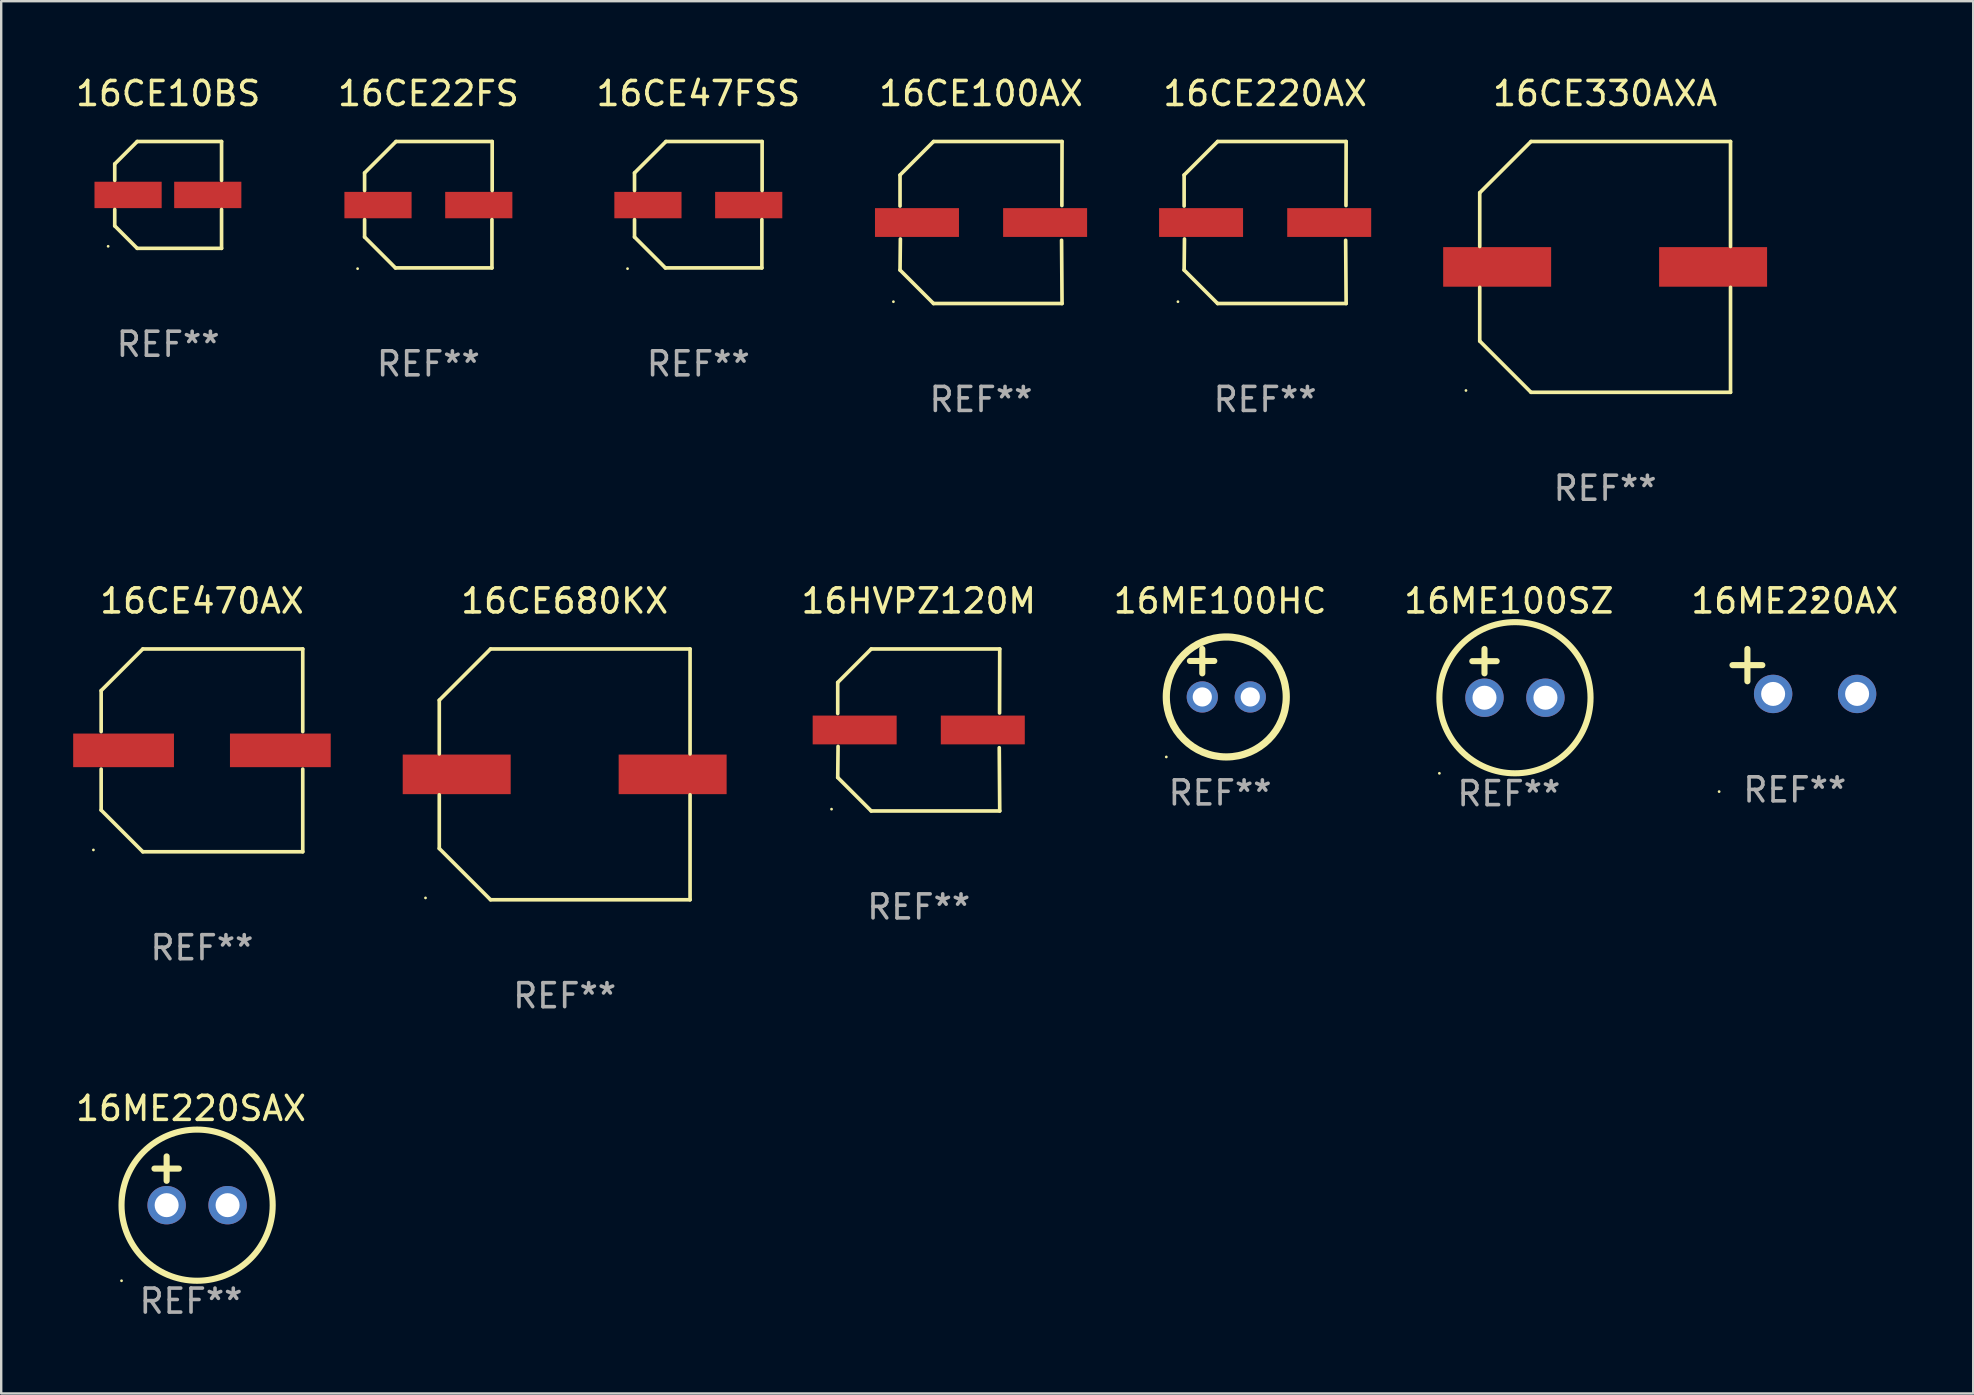
<source format=kicad_pcb>
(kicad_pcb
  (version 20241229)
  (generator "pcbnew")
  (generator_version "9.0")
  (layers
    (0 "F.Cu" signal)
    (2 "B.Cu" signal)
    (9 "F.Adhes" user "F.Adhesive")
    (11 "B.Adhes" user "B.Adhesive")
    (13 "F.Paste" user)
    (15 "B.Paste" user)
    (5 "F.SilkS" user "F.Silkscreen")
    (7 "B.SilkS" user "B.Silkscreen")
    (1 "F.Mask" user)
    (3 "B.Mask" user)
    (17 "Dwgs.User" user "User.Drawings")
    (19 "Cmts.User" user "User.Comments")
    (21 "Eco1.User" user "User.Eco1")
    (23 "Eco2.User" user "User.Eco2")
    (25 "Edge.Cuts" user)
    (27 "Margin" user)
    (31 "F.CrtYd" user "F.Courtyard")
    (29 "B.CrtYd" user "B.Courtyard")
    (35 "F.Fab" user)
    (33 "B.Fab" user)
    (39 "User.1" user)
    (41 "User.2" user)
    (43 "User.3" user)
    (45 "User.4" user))
  (footprint "16CE470AX"
    (layer "F.Cu")
    (at 5.367 28.223)
    (property "Reference" "16CE470AX" (at 0 -6.226 0) (layer "F.SilkS") (effects (font (size 1 1) (thickness 0.15))))
    (attr through_hole)
    (fp_line (start -4.201 -2.49) (end -4.201 -0.782) (stroke (width 0.152) (type solid)) (layer "F.SilkS"))
    (fp_line (start -4.201 2.49) (end -4.201 0.782) (stroke (width 0.152) (type solid)) (layer "F.SilkS"))
    (fp_line (start -2.465 -4.226) (end -4.201 -2.49) (stroke (width 0.152) (type solid)) (layer "F.SilkS"))
    (fp_line (start -2.465 4.226) (end -4.201 2.49) (stroke (width 0.152) (type solid)) (layer "F.SilkS"))
    (fp_line (start 4.201 -4.226) (end -2.465 -4.226) (stroke (width 0.152) (type solid)) (layer "F.SilkS"))
    (fp_line (start 4.201 -0.782) (end 4.201 -4.226) (stroke (width 0.152) (type solid)) (layer "F.SilkS"))
    (fp_line (start 4.201 0.782) (end 4.201 4.226) (stroke (width 0.152) (type solid)) (layer "F.SilkS"))
    (fp_line (start 4.201 4.226) (end -2.465 4.226) (stroke (width 0.152) (type solid)) (layer "F.SilkS"))
    (fp_circle (center -4.524 4.15) (end -4.494 4.15) (stroke (width 0.06) (type solid)) (fill no) (layer "F.SilkS"))
    (fp_text user "REF**" (at 0 8.226 0) (layer "F.Fab") (effects (font (size 1 1) (thickness 0.15))))
    (pad "1" smd rect (at -3.267 0) (size 4.2 1.4) (layers "F.Cu" "F.Mask" "F.Paste"))
    (pad "2" smd rect (at 3.267 0) (size 4.2 1.4) (layers "F.Cu" "F.Mask" "F.Paste")))
  (footprint "16ME220AX"
    (layer "F.Cu")
    (at 71.752 24.934)
    (property "Reference" "16ME220AX" (at 0 -2.937 0) (layer "F.SilkS") (effects (font (size 1 1) (thickness 0.15))))
    (attr through_hole)
    (fp_line (start -1.975 0.41) (end -1.975 -0.937) (stroke (width 0.254) (type solid)) (layer "F.SilkS"))
    (fp_line (start -1.353 -0.263) (end -2.597 -0.263) (stroke (width 0.254) (type solid)) (layer "F.SilkS"))
    (fp_arc (start 0.849809 -3.063957) (mid 0.885369 -3.064114) (end 0.920929 -3.063957) (stroke (width 0.254001) (type solid)) (layer "F.SilkS"))
    (fp_circle (center -3.154 5.008) (end -3.124 5.008) (stroke (width 0.06) (type solid)) (fill no) (layer "F.SilkS"))
    (fp_text user "REF**" (at 0 4.937 0) (layer "F.Fab") (effects (font (size 1 1) (thickness 0.15))))
    (pad "1" thru_hole circle (at -0.903 0.937) (size 1.6 1.6) (drill 1) (layers "*.Cu" "*.Mask"))
    (pad "2" thru_hole circle (at 2.597 0.937) (size 1.6 1.6) (drill 1) (layers "*.Cu" "*.Mask")))
  (footprint "16CE220AX"
    (layer "F.Cu")
    (at 49.677 6.224)
    (property "Reference" "16CE220AX" (at 0 -5.376 0) (layer "F.SilkS") (effects (font (size 1 1) (thickness 0.15))))
    (attr through_hole)
    (fp_line (start -3.376 -1.98) (end -3.376 -0.686) (stroke (width 0.152) (type solid)) (layer "F.SilkS"))
    (fp_line (start -3.376 1.981) (end -3.362 0.686) (stroke (width 0.152) (type solid)) (layer "F.SilkS"))
    (fp_line (start -1.981 3.376) (end -3.376 1.981) (stroke (width 0.152) (type solid)) (layer "F.SilkS"))
    (fp_line (start -1.98 -3.376) (end -3.376 -1.98) (stroke (width 0.152) (type solid)) (layer "F.SilkS"))
    (fp_line (start 3.356 0.74) (end 3.376 3.376) (stroke (width 0.152) (type solid)) (layer "F.SilkS"))
    (fp_line (start 3.369 -0.707) (end 3.376 -3.376) (stroke (width 0.152) (type solid)) (layer "F.SilkS"))
    (fp_line (start 3.376 3.376) (end -1.981 3.376) (stroke (width 0.152) (type solid)) (layer "F.SilkS"))
    (fp_line (start 3.376 -3.376) (end -1.98 -3.376) (stroke (width 0.152) (type solid)) (layer "F.SilkS"))
    (fp_circle (center -3.634 3.3) (end -3.604 3.3) (stroke (width 0.06) (type solid)) (fill no) (layer "F.SilkS"))
    (fp_text user "REF**" (at 0 7.376 0) (layer "F.Fab") (effects (font (size 1 1) (thickness 0.15))))
    (pad "1" smd rect (at -2.67 0.000254) (size 3.5 1.2) (layers "F.Cu" "F.Mask" "F.Paste"))
    (pad "2" smd rect (at 2.67 0.000254) (size 3.5 1.2) (layers "F.Cu" "F.Mask" "F.Paste")))
  (footprint "16CE10BS"
    (layer "F.Cu")
    (at 3.958 5.074)
    (property "Reference" "16CE10BS" (at 0 -4.226 0) (layer "F.SilkS") (effects (font (size 1 1) (thickness 0.15))))
    (attr through_hole)
    (fp_line (start -2.226 -1.29) (end -2.226 -0.607) (stroke (width 0.152) (type solid)) (layer "F.SilkS"))
    (fp_line (start -2.226 1.29) (end -2.226 0.607) (stroke (width 0.152) (type solid)) (layer "F.SilkS"))
    (fp_line (start -1.29 -2.226) (end -2.226 -1.29) (stroke (width 0.152) (type solid)) (layer "F.SilkS"))
    (fp_line (start -1.29 2.226) (end -2.226 1.29) (stroke (width 0.152) (type solid)) (layer "F.SilkS"))
    (fp_line (start 2.226 -2.226) (end -1.29 -2.226) (stroke (width 0.152) (type solid)) (layer "F.SilkS"))
    (fp_line (start 2.226 -0.607) (end 2.226 -2.226) (stroke (width 0.152) (type solid)) (layer "F.SilkS"))
    (fp_line (start 2.226 0.607) (end 2.226 2.226) (stroke (width 0.152) (type solid)) (layer "F.SilkS"))
    (fp_line (start 2.226 2.226) (end -1.29 2.226) (stroke (width 0.152) (type solid)) (layer "F.SilkS"))
    (fp_circle (center -2.501 2.141) (end -2.471 2.141) (stroke (width 0.06) (type solid)) (fill no) (layer "F.SilkS"))
    (fp_text user "REF**" (at 0 6.226 0) (layer "F.Fab") (effects (font (size 1 1) (thickness 0.15))))
    (pad "1" smd rect (at -1.67 -0.000025) (size 2.8 1.1) (layers "F.Cu" "F.Mask" "F.Paste"))
    (pad "2" smd rect (at 1.651 -0.000025) (size 2.8 1.1) (layers "F.Cu" "F.Mask" "F.Paste")))
  (footprint "16CE100AX"
    (layer "F.Cu")
    (at 37.837 6.224)
    (property "Reference" "16CE100AX" (at 0 -5.376 0) (layer "F.SilkS") (effects (font (size 1 1) (thickness 0.15))))
    (attr through_hole)
    (fp_line (start -3.376 -1.98) (end -3.376 -0.686) (stroke (width 0.152) (type solid)) (layer "F.SilkS"))
    (fp_line (start -3.376 1.981) (end -3.362 0.686) (stroke (width 0.152) (type solid)) (layer "F.SilkS"))
    (fp_line (start -1.981 3.376) (end -3.376 1.981) (stroke (width 0.152) (type solid)) (layer "F.SilkS"))
    (fp_line (start -1.98 -3.376) (end -3.376 -1.98) (stroke (width 0.152) (type solid)) (layer "F.SilkS"))
    (fp_line (start 3.356 0.74) (end 3.376 3.376) (stroke (width 0.152) (type solid)) (layer "F.SilkS"))
    (fp_line (start 3.369 -0.707) (end 3.376 -3.376) (stroke (width 0.152) (type solid)) (layer "F.SilkS"))
    (fp_line (start 3.376 3.376) (end -1.981 3.376) (stroke (width 0.152) (type solid)) (layer "F.SilkS"))
    (fp_line (start 3.376 -3.376) (end -1.98 -3.376) (stroke (width 0.152) (type solid)) (layer "F.SilkS"))
    (fp_circle (center -3.652 3.3) (end -3.622 3.3) (stroke (width 0.06) (type solid)) (fill no) (layer "F.SilkS"))
    (fp_text user "REF**" (at 0 7.376 0) (layer "F.Fab") (effects (font (size 1 1) (thickness 0.15))))
    (pad "1" smd rect (at -2.67 0.000229) (size 3.5 1.2) (layers "F.Cu" "F.Mask" "F.Paste"))
    (pad "2" smd rect (at 2.67 0.000229) (size 3.5 1.2) (layers "F.Cu" "F.Mask" "F.Paste")))
  (footprint "16HVPZ120M"
    (layer "F.Cu")
    (at 35.24 27.373)
    (property "Reference" "16HVPZ120M" (at 0 -5.376 0) (layer "F.SilkS") (effects (font (size 1 1) (thickness 0.15))))
    (attr through_hole)
    (fp_line (start -3.376 -1.98) (end -3.376 -0.686) (stroke (width 0.152) (type solid)) (layer "F.SilkS"))
    (fp_line (start -3.376 1.981) (end -3.362 0.686) (stroke (width 0.152) (type solid)) (layer "F.SilkS"))
    (fp_line (start -1.981 3.376) (end -3.376 1.981) (stroke (width 0.152) (type solid)) (layer "F.SilkS"))
    (fp_line (start -1.98 -3.376) (end -3.376 -1.98) (stroke (width 0.152) (type solid)) (layer "F.SilkS"))
    (fp_line (start 3.356 0.74) (end 3.376 3.376) (stroke (width 0.152) (type solid)) (layer "F.SilkS"))
    (fp_line (start 3.369 -0.707) (end 3.376 -3.376) (stroke (width 0.152) (type solid)) (layer "F.SilkS"))
    (fp_line (start 3.376 3.376) (end -1.981 3.376) (stroke (width 0.152) (type solid)) (layer "F.SilkS"))
    (fp_line (start 3.376 -3.376) (end -1.98 -3.376) (stroke (width 0.152) (type solid)) (layer "F.SilkS"))
    (fp_circle (center -3.634 3.3) (end -3.604 3.3) (stroke (width 0.06) (type solid)) (fill no) (layer "F.SilkS"))
    (fp_text user "REF**" (at 0 7.376 0) (layer "F.Fab") (effects (font (size 1 1) (thickness 0.15))))
    (pad "1" smd rect (at -2.67 0.000254) (size 3.5 1.2) (layers "F.Cu" "F.Mask" "F.Paste"))
    (pad "2" smd rect (at 2.67 0.000254) (size 3.5 1.2) (layers "F.Cu" "F.Mask" "F.Paste")))
  (footprint "16ME220SAX"
    (layer "F.Cu")
    (at 4.911 46.162)
    (property "Reference" "16ME220SAX" (at 0 -3.016 0) (layer "F.SilkS") (effects (font (size 1 1) (thickness 0.15))))
    (attr through_hole)
    (fp_line (start -1.524 -0.508) (end -0.508 -0.508) (stroke (width 0.254) (type solid)) (layer "F.SilkS"))
    (fp_line (start -1.016 -1.016) (end -1.016 0) (stroke (width 0.254) (type solid)) (layer "F.SilkS"))
    (fp_circle (center -2.896 4.166) (end -2.866 4.166) (stroke (width 0.06) (type solid)) (fill no) (layer "F.SilkS"))
    (fp_circle (center 0.254 1.016) (end 3.404 1.016) (stroke (width 0.254) (type solid)) (fill no) (layer "F.SilkS"))
    (fp_text user "REF**" (at 0 5.016 0) (layer "F.Fab") (effects (font (size 1 1) (thickness 0.15))))
    (pad "1" thru_hole circle (at -1.016 1.016) (size 1.6 1.6) (drill 1) (layers "*.Cu" "*.Mask"))
    (pad "2" thru_hole circle (at 1.524 1.016) (size 1.6 1.6) (drill 1) (layers "*.Cu" "*.Mask")))
  (footprint "16CE47FSS"
    (layer "F.Cu")
    (at 26.054 5.482)
    (property "Reference" "16CE47FSS" (at 0 -4.634 0) (layer "F.SilkS") (effects (font (size 1 1) (thickness 0.15))))
    (attr through_hole)
    (fp_line (start -2.659 -1.326) (end -2.659 -0.592) (stroke (width 0.152) (type solid)) (layer "F.SilkS"))
    (fp_line (start -2.659 1.346) (end -2.659 0.622) (stroke (width 0.152) (type solid)) (layer "F.SilkS"))
    (fp_line (start -1.372 2.634) (end -2.659 1.346) (stroke (width 0.152) (type solid)) (layer "F.SilkS"))
    (fp_line (start -1.349 -2.634) (end -2.659 -1.326) (stroke (width 0.152) (type solid)) (layer "F.SilkS"))
    (fp_line (start 2.649 0.622) (end 2.649 2.634) (stroke (width 0.152) (type solid)) (layer "F.SilkS"))
    (fp_line (start 2.649 2.634) (end -1.372 2.634) (stroke (width 0.152) (type solid)) (layer "F.SilkS"))
    (fp_line (start 2.659 -2.634) (end -1.349 -2.634) (stroke (width 0.152) (type solid)) (layer "F.SilkS"))
    (fp_line (start 2.659 -0.592) (end 2.659 -2.634) (stroke (width 0.152) (type solid)) (layer "F.SilkS"))
    (fp_circle (center -2.95 2.665) (end -2.92 2.665) (stroke (width 0.06) (type solid)) (fill no) (layer "F.SilkS"))
    (fp_text user "REF**" (at 0 6.634 0) (layer "F.Fab") (effects (font (size 1 1) (thickness 0.15))))
    (pad "1" smd rect (at -2.1 0.015) (size 2.8 1.1) (layers "F.Cu" "F.Mask" "F.Paste"))
    (pad "2" smd rect (at 2.1 0.015) (size 2.8 1.1) (layers "F.Cu" "F.Mask" "F.Paste")))
  (footprint "16ME100HC"
    (layer "F.Cu")
    (at 47.8 24.997)
    (property "Reference" "16ME100HC" (at 0 -3 0) (layer "F.SilkS") (effects (font (size 1 1) (thickness 0.15))))
    (attr through_hole)
    (fp_line (start -1.258 -0.5) (end -0.242 -0.5) (stroke (width 0.254) (type solid)) (layer "F.SilkS"))
    (fp_line (start -0.742 -1) (end -0.742 0.016) (stroke (width 0.254) (type solid)) (layer "F.SilkS"))
    (fp_circle (center -2.242 3.5) (end -2.212 3.5) (stroke (width 0.06) (type solid)) (fill no) (layer "F.SilkS"))
    (fp_circle (center 0.258 1) (end 2.758 1) (stroke (width 0.3) (type solid)) (fill no) (layer "F.SilkS"))
    (fp_text user "REF**" (at 0 5 0) (layer "F.Fab") (effects (font (size 1 1) (thickness 0.15))))
    (pad "1" thru_hole circle (at -0.742 1) (size 1.3 1.3) (drill 0.8) (layers "*.Cu" "*.Mask"))
    (pad "2" thru_hole circle (at 1.258 1) (size 1.3 1.3) (drill 0.8) (layers "*.Cu" "*.Mask")))
  (footprint "16CE330AXA"
    (layer "F.Cu")
    (at 63.847 8.074)
    (property "Reference" "16CE330AXA" (at 0 -7.226 0) (layer "F.SilkS") (effects (font (size 1 1) (thickness 0.15))))
    (attr through_hole)
    (fp_line (start -5.226 -3.09) (end -5.226 -0.852) (stroke (width 0.152) (type solid)) (layer "F.SilkS"))
    (fp_line (start -5.226 3.09) (end -5.226 0.852) (stroke (width 0.152) (type solid)) (layer "F.SilkS"))
    (fp_line (start -3.09 -5.226) (end -5.226 -3.09) (stroke (width 0.152) (type solid)) (layer "F.SilkS"))
    (fp_line (start -3.09 5.226) (end -5.226 3.09) (stroke (width 0.152) (type solid)) (layer "F.SilkS"))
    (fp_line (start 5.226 -5.226) (end -3.09 -5.226) (stroke (width 0.152) (type solid)) (layer "F.SilkS"))
    (fp_line (start 5.226 -0.852) (end 5.226 -5.226) (stroke (width 0.152) (type solid)) (layer "F.SilkS"))
    (fp_line (start 5.226 0.852) (end 5.226 5.226) (stroke (width 0.152) (type solid)) (layer "F.SilkS"))
    (fp_line (start 5.226 5.226) (end -3.09 5.226) (stroke (width 0.152) (type solid)) (layer "F.SilkS"))
    (fp_circle (center -5.8 5.15) (end -5.77 5.15) (stroke (width 0.06) (type solid)) (fill no) (layer "F.SilkS"))
    (fp_text user "REF**" (at 0 9.226 0) (layer "F.Fab") (effects (font (size 1 1) (thickness 0.15))))
    (pad "1" smd rect (at -4.5 0) (size 4.5 1.65) (layers "F.Cu" "F.Mask" "F.Paste"))
    (pad "2" smd rect (at 4.5 0) (size 4.5 1.65) (layers "F.Cu" "F.Mask" "F.Paste")))
  (footprint "16CE680KX"
    (layer "F.Cu")
    (at 20.484 29.223)
    (property "Reference" "16CE680KX" (at 0 -7.226 0) (layer "F.SilkS") (effects (font (size 1 1) (thickness 0.15))))
    (attr through_hole)
    (fp_line (start -5.226 -3.09) (end -5.226 -0.852) (stroke (width 0.152) (type solid)) (layer "F.SilkS"))
    (fp_line (start -5.226 3.09) (end -5.226 0.852) (stroke (width 0.152) (type solid)) (layer "F.SilkS"))
    (fp_line (start -3.09 -5.226) (end -5.226 -3.09) (stroke (width 0.152) (type solid)) (layer "F.SilkS"))
    (fp_line (start -3.09 5.226) (end -5.226 3.09) (stroke (width 0.152) (type solid)) (layer "F.SilkS"))
    (fp_line (start 5.226 -5.226) (end -3.09 -5.226) (stroke (width 0.152) (type solid)) (layer "F.SilkS"))
    (fp_line (start 5.226 -0.852) (end 5.226 -5.226) (stroke (width 0.152) (type solid)) (layer "F.SilkS"))
    (fp_line (start 5.226 0.852) (end 5.226 5.226) (stroke (width 0.152) (type solid)) (layer "F.SilkS"))
    (fp_line (start 5.226 5.226) (end -3.09 5.226) (stroke (width 0.152) (type solid)) (layer "F.SilkS"))
    (fp_circle (center -5.8 5.15) (end -5.77 5.15) (stroke (width 0.06) (type solid)) (fill no) (layer "F.SilkS"))
    (fp_text user "REF**" (at 0 9.226 0) (layer "F.Fab") (effects (font (size 1 1) (thickness 0.15))))
    (pad "1" smd rect (at -4.5 0) (size 4.5 1.65) (layers "F.Cu" "F.Mask" "F.Paste"))
    (pad "2" smd rect (at 4.5 0) (size 4.5 1.65) (layers "F.Cu" "F.Mask" "F.Paste")))
  (footprint "16ME100SZ"
    (layer "F.Cu")
    (at 59.835 25.013)
    (property "Reference" "16ME100SZ" (at 0 -3.016 0) (layer "F.SilkS") (effects (font (size 1 1) (thickness 0.15))))
    (attr through_hole)
    (fp_line (start -1.524 -0.508) (end -0.508 -0.508) (stroke (width 0.254) (type solid)) (layer "F.SilkS"))
    (fp_line (start -1.016 -1.016) (end -1.016 0) (stroke (width 0.254) (type solid)) (layer "F.SilkS"))
    (fp_circle (center -2.896 4.166) (end -2.866 4.166) (stroke (width 0.06) (type solid)) (fill no) (layer "F.SilkS"))
    (fp_circle (center 0.254 1.016) (end 3.404 1.016) (stroke (width 0.254) (type solid)) (fill no) (layer "F.SilkS"))
    (fp_text user "REF**" (at 0 5.016 0) (layer "F.Fab") (effects (font (size 1 1) (thickness 0.15))))
    (pad "1" thru_hole circle (at -1.016 1.016) (size 1.6 1.6) (drill 1) (layers "*.Cu" "*.Mask"))
    (pad "2" thru_hole circle (at 1.524 1.016) (size 1.6 1.6) (drill 1) (layers "*.Cu" "*.Mask")))
  (footprint "16CE22FS"
    (layer "F.Cu")
    (at 14.804 5.482)
    (property "Reference" "16CE22FS" (at 0 -4.634 0) (layer "F.SilkS") (effects (font (size 1 1) (thickness 0.15))))
    (attr through_hole)
    (fp_line (start -2.659 -1.326) (end -2.659 -0.592) (stroke (width 0.152) (type solid)) (layer "F.SilkS"))
    (fp_line (start -2.659 1.346) (end -2.659 0.622) (stroke (width 0.152) (type solid)) (layer "F.SilkS"))
    (fp_line (start -1.372 2.634) (end -2.659 1.346) (stroke (width 0.152) (type solid)) (layer "F.SilkS"))
    (fp_line (start -1.349 -2.634) (end -2.659 -1.326) (stroke (width 0.152) (type solid)) (layer "F.SilkS"))
    (fp_line (start 2.649 0.622) (end 2.649 2.634) (stroke (width 0.152) (type solid)) (layer "F.SilkS"))
    (fp_line (start 2.649 2.634) (end -1.372 2.634) (stroke (width 0.152) (type solid)) (layer "F.SilkS"))
    (fp_line (start 2.659 -2.634) (end -1.349 -2.634) (stroke (width 0.152) (type solid)) (layer "F.SilkS"))
    (fp_line (start 2.659 -0.592) (end 2.659 -2.634) (stroke (width 0.152) (type solid)) (layer "F.SilkS"))
    (fp_circle (center -2.95 2.665) (end -2.92 2.665) (stroke (width 0.06) (type solid)) (fill no) (layer "F.SilkS"))
    (fp_text user "REF**" (at 0 6.634 0) (layer "F.Fab") (effects (font (size 1 1) (thickness 0.15))))
    (pad "1" smd rect (at -2.1 0.015) (size 2.8 1.1) (layers "F.Cu" "F.Mask" "F.Paste"))
    (pad "2" smd rect (at 2.1 0.015) (size 2.8 1.1) (layers "F.Cu" "F.Mask" "F.Paste")))
  (gr_rect
    (start -3 -3)
    (end 79.187 55.026)
    (stroke (width 0.1) (type default))
    (fill no)
    (layer "Edge.Cuts")))
</source>
